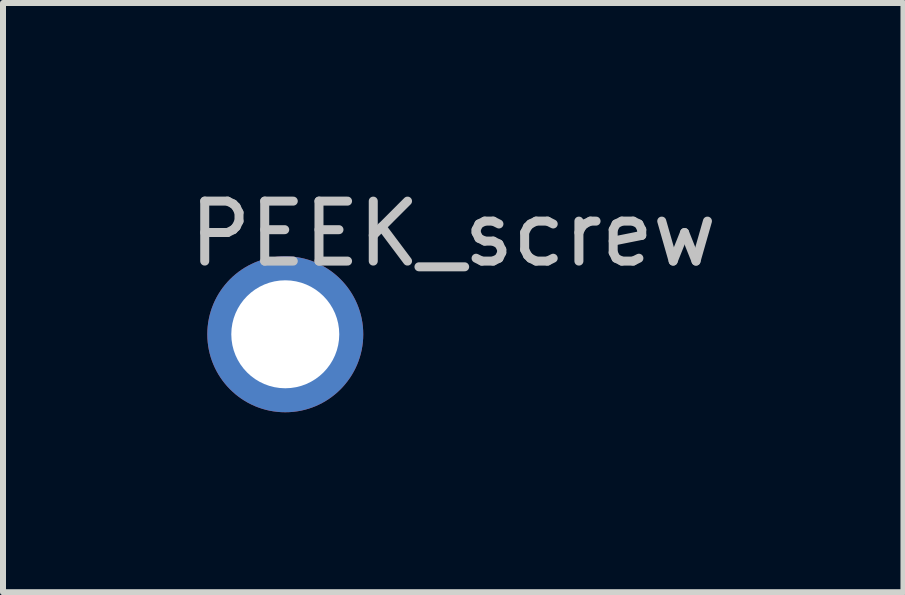
<source format=kicad_pcb>
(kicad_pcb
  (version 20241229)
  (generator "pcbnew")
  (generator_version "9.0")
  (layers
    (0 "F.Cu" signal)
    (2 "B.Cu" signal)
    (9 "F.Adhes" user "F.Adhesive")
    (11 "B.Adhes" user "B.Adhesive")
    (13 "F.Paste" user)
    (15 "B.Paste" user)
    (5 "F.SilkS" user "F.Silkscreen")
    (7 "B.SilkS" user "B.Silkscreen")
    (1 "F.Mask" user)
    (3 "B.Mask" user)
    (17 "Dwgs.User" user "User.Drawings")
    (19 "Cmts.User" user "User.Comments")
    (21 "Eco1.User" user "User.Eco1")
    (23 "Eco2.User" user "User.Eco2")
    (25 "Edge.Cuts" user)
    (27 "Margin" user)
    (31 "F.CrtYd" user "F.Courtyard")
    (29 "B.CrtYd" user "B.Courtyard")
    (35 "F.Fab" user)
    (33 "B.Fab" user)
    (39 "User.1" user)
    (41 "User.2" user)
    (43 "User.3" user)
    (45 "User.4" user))
  (footprint "PEEK_screw"
    (layer "F.Cu")
    (at 1.706 2.523)
    (property "Reference" "PEEK_screw" (at 2.8 -1.675 0) (layer "Dwgs.User") (effects (font (size 1 1) (thickness 0.15))))
    (attr through_hole)
    (pad "1" thru_hole circle (at 0 0) (size 2.6 2.6) (drill 1.8) (layers "*.Cu" "*.Mask")))
  (gr_rect
    (start -3 -3)
    (end 12.012 6.823)
    (stroke (width 0.1) (type default))
    (fill no)
    (layer "Edge.Cuts")))
</source>
